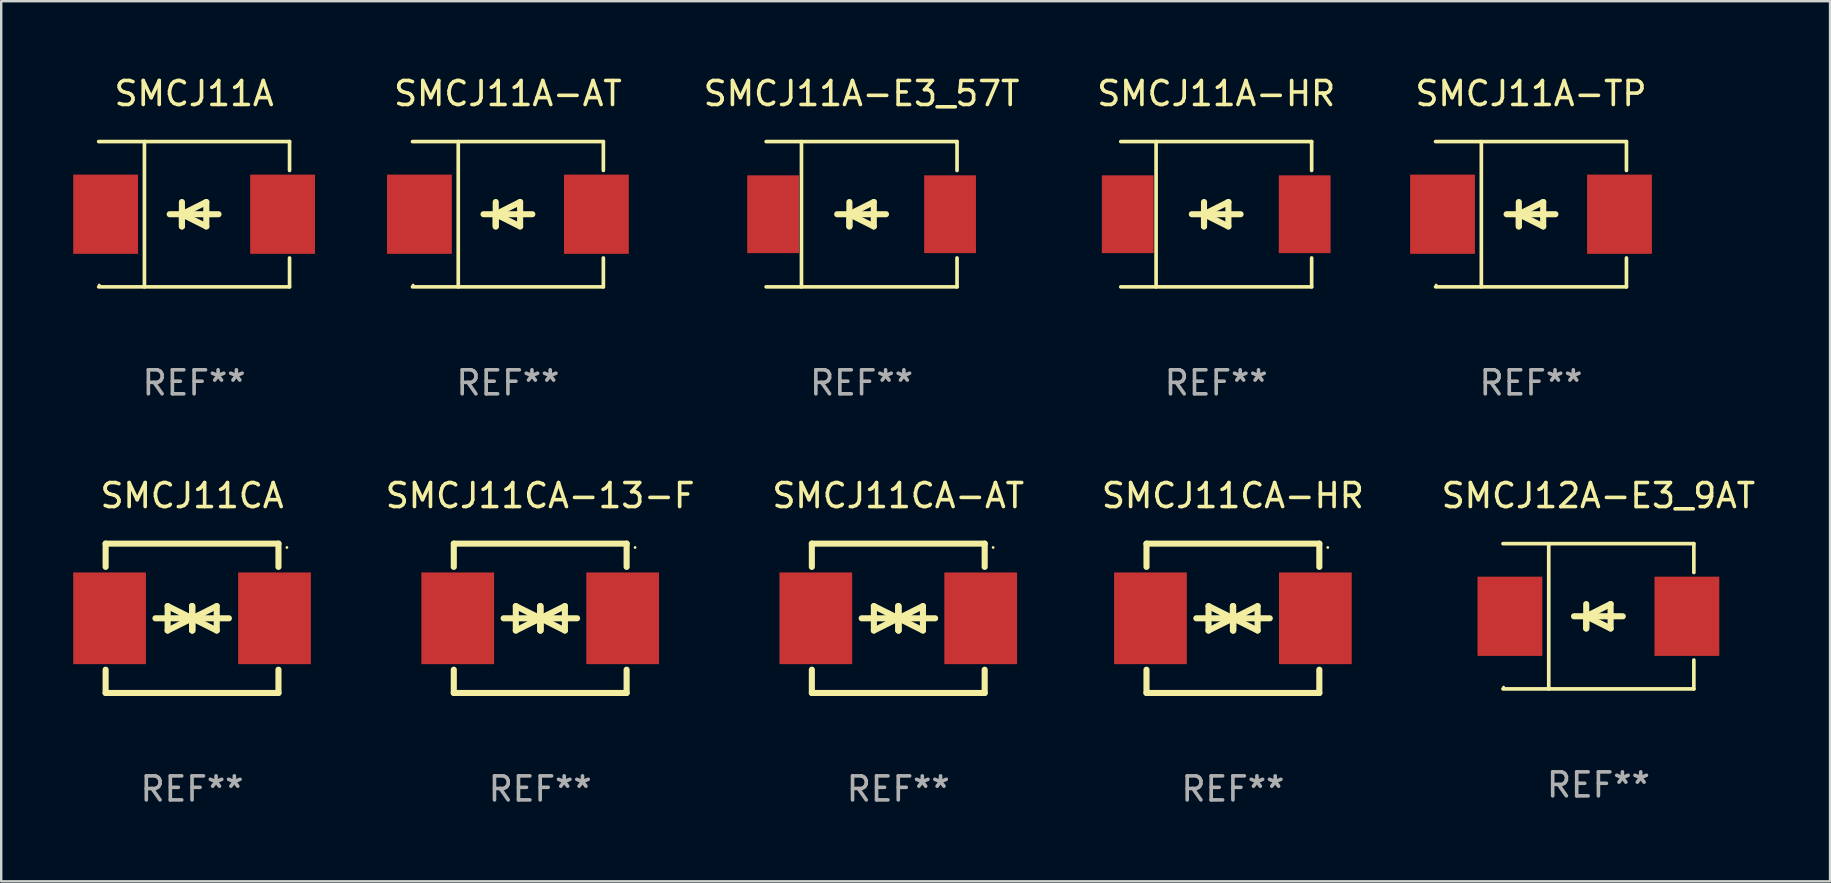
<source format=kicad_pcb>
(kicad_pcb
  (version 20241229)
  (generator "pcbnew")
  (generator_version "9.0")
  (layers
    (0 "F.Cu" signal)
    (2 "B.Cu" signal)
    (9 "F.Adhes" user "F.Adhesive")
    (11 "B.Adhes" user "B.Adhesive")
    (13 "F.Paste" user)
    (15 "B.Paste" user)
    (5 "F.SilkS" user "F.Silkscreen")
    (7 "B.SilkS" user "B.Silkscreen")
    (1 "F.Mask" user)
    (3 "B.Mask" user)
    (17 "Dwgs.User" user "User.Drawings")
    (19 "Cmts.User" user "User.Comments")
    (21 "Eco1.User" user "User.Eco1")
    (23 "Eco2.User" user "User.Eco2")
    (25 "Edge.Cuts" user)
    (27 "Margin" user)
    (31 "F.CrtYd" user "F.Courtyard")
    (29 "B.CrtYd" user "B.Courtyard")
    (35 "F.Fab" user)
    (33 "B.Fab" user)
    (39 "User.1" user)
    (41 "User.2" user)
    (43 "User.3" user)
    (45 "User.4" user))
  (footprint "SMCJ11CA"
    (layer "F.Cu")
    (at 4.95 22.707)
    (property "Reference" "SMCJ11CA" (at 0 -5.11 0) (layer "F.SilkS") (effects (font (size 1 1) (thickness 0.15))))
    (attr through_hole)
    (fp_line (start -3.6 -2.141) (end -3.6 -3.11) (stroke (width 0.254) (type solid)) (layer "F.SilkS"))
    (fp_line (start -3.6 3.11) (end -3.6 2.141) (stroke (width 0.254) (type solid)) (layer "F.SilkS"))
    (fp_line (start -1.524 0) (end 0.508 0) (stroke (width 0.254) (type solid)) (layer "F.SilkS"))
    (fp_line (start -1.016 -0.508) (end -1.016 0.508) (stroke (width 0.254) (type solid)) (layer "F.SilkS"))
    (fp_line (start -1.016 0.508) (end 0 0) (stroke (width 0.254) (type solid)) (layer "F.SilkS"))
    (fp_line (start 0 -0.508) (end 0 0.508) (stroke (width 0.254) (type solid)) (layer "F.SilkS"))
    (fp_line (start 0 0) (end -1.016 -0.508) (stroke (width 0.254) (type solid)) (layer "F.SilkS"))
    (fp_line (start 0 0) (end 0 -0.508) (stroke (width 0.254) (type solid)) (layer "F.SilkS"))
    (fp_line (start 0.012 0) (end 0.012 0.508) (stroke (width 0.254) (type solid)) (layer "F.SilkS"))
    (fp_line (start 0.012 0) (end 1.028 0.508) (stroke (width 0.254) (type solid)) (layer "F.SilkS"))
    (fp_line (start 0.012 0.508) (end 0.012 -0.508) (stroke (width 0.254) (type solid)) (layer "F.SilkS"))
    (fp_line (start 1.028 -0.508) (end 0.012 0) (stroke (width 0.254) (type solid)) (layer "F.SilkS"))
    (fp_line (start 1.028 0.508) (end 1.028 -0.508) (stroke (width 0.254) (type solid)) (layer "F.SilkS"))
    (fp_line (start 1.536 0) (end -0.496 0) (stroke (width 0.254) (type solid)) (layer "F.SilkS"))
    (fp_line (start 3.6 -3.11) (end -3.6 -3.11) (stroke (width 0.254) (type solid)) (layer "F.SilkS"))
    (fp_line (start 3.6 -2.141) (end 3.6 -3.11) (stroke (width 0.254) (type solid)) (layer "F.SilkS"))
    (fp_line (start 3.6 3.11) (end -3.6 3.11) (stroke (width 0.254) (type solid)) (layer "F.SilkS"))
    (fp_line (start 3.6 3.11) (end 3.6 2.141) (stroke (width 0.254) (type solid)) (layer "F.SilkS"))
    (fp_circle (center 3.952 -2.95) (end 3.982 -2.95) (stroke (width 0.06) (type solid)) (fill no) (layer "F.SilkS"))
    (fp_text user "REF**" (at 0 7.11 0) (layer "F.Fab") (effects (font (size 1 1) (thickness 0.15))))
    (pad "1" smd rect (at 3.435 0) (size 3.03 3.82) (layers "F.Cu" "F.Mask" "F.Paste"))
    (pad "2" smd rect (at -3.435 0) (size 3.03 3.82) (layers "F.Cu" "F.Mask" "F.Paste")))
  (footprint "SMCJ11A-TP"
    (layer "F.Cu")
    (at 60.729 5.874)
    (property "Reference" "SMCJ11A-TP" (at 0 -5.026 0) (layer "F.SilkS") (effects (font (size 1 1) (thickness 0.15))))
    (attr through_hole)
    (fp_line (start -3.976 -3.026) (end 3.976 -3.026) (stroke (width 0.152) (type solid)) (layer "F.SilkS"))
    (fp_line (start -3.976 3.026) (end 3.976 3.026) (stroke (width 0.152) (type solid)) (layer "F.SilkS"))
    (fp_line (start -2.069 -3.026) (end -2.069 3.026) (stroke (width 0.152) (type solid)) (layer "F.SilkS"))
    (fp_line (start -0.508 0) (end -0.508 0.508) (stroke (width 0.254) (type solid)) (layer "F.SilkS"))
    (fp_line (start -0.508 0) (end 0.508 0.508) (stroke (width 0.254) (type solid)) (layer "F.SilkS"))
    (fp_line (start -0.508 0.508) (end -0.508 -0.508) (stroke (width 0.254) (type solid)) (layer "F.SilkS"))
    (fp_line (start 0.508 -0.508) (end -0.508 0) (stroke (width 0.254) (type solid)) (layer "F.SilkS"))
    (fp_line (start 0.508 0.508) (end 0.508 -0.508) (stroke (width 0.254) (type solid)) (layer "F.SilkS"))
    (fp_line (start 1.016 0) (end -1.016 0) (stroke (width 0.254) (type solid)) (layer "F.SilkS"))
    (fp_line (start 3.976 -3.026) (end 3.976 -1.823) (stroke (width 0.152) (type solid)) (layer "F.SilkS"))
    (fp_line (start 3.976 3.026) (end 3.976 1.823) (stroke (width 0.152) (type solid)) (layer "F.SilkS"))
    (fp_circle (center -3.95 2.95) (end -3.92 2.95) (stroke (width 0.06) (type solid)) (fill no) (layer "F.SilkS"))
    (fp_text user "REF**" (at 0 7.026 0) (layer "F.Fab") (effects (font (size 1 1) (thickness 0.15))))
    (pad "1" smd rect (at -3.686 0) (size 2.7 3.3) (layers "F.Cu" "F.Mask" "F.Paste"))
    (pad "2" smd rect (at 3.686 0) (size 2.7 3.3) (layers "F.Cu" "F.Mask" "F.Paste")))
  (footprint "SMCJ11A-HR"
    (layer "F.Cu")
    (at 47.615 5.874)
    (property "Reference" "SMCJ11A-HR" (at 0 -5.026 0) (layer "F.SilkS") (effects (font (size 1 1) (thickness 0.15))))
    (attr through_hole)
    (fp_line (start -3.976 -3.026) (end 3.976 -3.026) (stroke (width 0.152) (type solid)) (layer "F.SilkS"))
    (fp_line (start -3.976 3.026) (end 3.976 3.026) (stroke (width 0.152) (type solid)) (layer "F.SilkS"))
    (fp_line (start -2.504 -3.026) (end -2.504 3.026) (stroke (width 0.152) (type solid)) (layer "F.SilkS"))
    (fp_line (start -0.508 0) (end -0.508 0.508) (stroke (width 0.254) (type solid)) (layer "F.SilkS"))
    (fp_line (start -0.508 0) (end 0.508 0.508) (stroke (width 0.254) (type solid)) (layer "F.SilkS"))
    (fp_line (start -0.508 0.508) (end -0.508 -0.508) (stroke (width 0.254) (type solid)) (layer "F.SilkS"))
    (fp_line (start 0.508 -0.508) (end -0.508 0) (stroke (width 0.254) (type solid)) (layer "F.SilkS"))
    (fp_line (start 0.508 0.508) (end 0.508 -0.508) (stroke (width 0.254) (type solid)) (layer "F.SilkS"))
    (fp_line (start 1.016 0) (end -1.016 0) (stroke (width 0.254) (type solid)) (layer "F.SilkS"))
    (fp_line (start 3.976 -3.026) (end 3.976 -1.823) (stroke (width 0.152) (type solid)) (layer "F.SilkS"))
    (fp_line (start 3.976 3.026) (end 3.976 1.823) (stroke (width 0.152) (type solid)) (layer "F.SilkS"))
    (fp_circle (center 3.95 -2.95) (end 3.98 -2.95) (stroke (width 0.06) (type solid)) (fill no) (layer "F.SilkS"))
    (fp_text user "REF**" (at 0 7.026 0) (layer "F.Fab") (effects (font (size 1 1) (thickness 0.15))))
    (pad "1" smd rect (at 3.686 0 180) (size 2.158 3.24) (layers "F.Cu" "F.Mask" "F.Paste"))
    (pad "2" smd rect (at -3.686 0 180) (size 2.158 3.24) (layers "F.Cu" "F.Mask" "F.Paste")))
  (footprint "SMCJ12A-E3_9AT"
    (layer "F.Cu")
    (at 63.537 22.623)
    (property "Reference" "SMCJ12A-E3_9AT" (at 0 -5.026 0) (layer "F.SilkS") (effects (font (size 1 1) (thickness 0.15))))
    (attr through_hole)
    (fp_line (start -3.976 -3.026) (end 3.976 -3.026) (stroke (width 0.152) (type solid)) (layer "F.SilkS"))
    (fp_line (start -3.976 3.026) (end 3.976 3.026) (stroke (width 0.152) (type solid)) (layer "F.SilkS"))
    (fp_line (start -2.069 -3.026) (end -2.069 3.026) (stroke (width 0.152) (type solid)) (layer "F.SilkS"))
    (fp_line (start -0.508 0) (end -0.508 0.508) (stroke (width 0.254) (type solid)) (layer "F.SilkS"))
    (fp_line (start -0.508 0) (end 0.508 0.508) (stroke (width 0.254) (type solid)) (layer "F.SilkS"))
    (fp_line (start -0.508 0.508) (end -0.508 -0.508) (stroke (width 0.254) (type solid)) (layer "F.SilkS"))
    (fp_line (start 0.508 -0.508) (end -0.508 0) (stroke (width 0.254) (type solid)) (layer "F.SilkS"))
    (fp_line (start 0.508 0.508) (end 0.508 -0.508) (stroke (width 0.254) (type solid)) (layer "F.SilkS"))
    (fp_line (start 1.016 0) (end -1.016 0) (stroke (width 0.254) (type solid)) (layer "F.SilkS"))
    (fp_line (start 3.976 -3.026) (end 3.976 -1.823) (stroke (width 0.152) (type solid)) (layer "F.SilkS"))
    (fp_line (start 3.976 3.026) (end 3.976 1.823) (stroke (width 0.152) (type solid)) (layer "F.SilkS"))
    (fp_circle (center -3.95 2.95) (end -3.92 2.95) (stroke (width 0.06) (type solid)) (fill no) (layer "F.SilkS"))
    (fp_text user "REF**" (at 0 7.026 0) (layer "F.Fab") (effects (font (size 1 1) (thickness 0.15))))
    (pad "1" smd rect (at -3.686 0) (size 2.7 3.3) (layers "F.Cu" "F.Mask" "F.Paste"))
    (pad "2" smd rect (at 3.686 0) (size 2.7 3.3) (layers "F.Cu" "F.Mask" "F.Paste")))
  (footprint "SMCJ11CA-AT"
    (layer "F.Cu")
    (at 34.37 22.707)
    (property "Reference" "SMCJ11CA-AT" (at 0 -5.11 0) (layer "F.SilkS") (effects (font (size 1 1) (thickness 0.15))))
    (attr through_hole)
    (fp_line (start -3.6 -2.141) (end -3.6 -3.11) (stroke (width 0.254) (type solid)) (layer "F.SilkS"))
    (fp_line (start -3.6 3.11) (end -3.6 2.141) (stroke (width 0.254) (type solid)) (layer "F.SilkS"))
    (fp_line (start -1.524 0) (end 0.508 0) (stroke (width 0.254) (type solid)) (layer "F.SilkS"))
    (fp_line (start -1.016 -0.508) (end -1.016 0.508) (stroke (width 0.254) (type solid)) (layer "F.SilkS"))
    (fp_line (start -1.016 0.508) (end 0 0) (stroke (width 0.254) (type solid)) (layer "F.SilkS"))
    (fp_line (start 0 -0.508) (end 0 0.508) (stroke (width 0.254) (type solid)) (layer "F.SilkS"))
    (fp_line (start 0 0) (end -1.016 -0.508) (stroke (width 0.254) (type solid)) (layer "F.SilkS"))
    (fp_line (start 0 0) (end 0 -0.508) (stroke (width 0.254) (type solid)) (layer "F.SilkS"))
    (fp_line (start 0.012 0) (end 0.012 0.508) (stroke (width 0.254) (type solid)) (layer "F.SilkS"))
    (fp_line (start 0.012 0) (end 1.028 0.508) (stroke (width 0.254) (type solid)) (layer "F.SilkS"))
    (fp_line (start 0.012 0.508) (end 0.012 -0.508) (stroke (width 0.254) (type solid)) (layer "F.SilkS"))
    (fp_line (start 1.028 -0.508) (end 0.012 0) (stroke (width 0.254) (type solid)) (layer "F.SilkS"))
    (fp_line (start 1.028 0.508) (end 1.028 -0.508) (stroke (width 0.254) (type solid)) (layer "F.SilkS"))
    (fp_line (start 1.536 0) (end -0.496 0) (stroke (width 0.254) (type solid)) (layer "F.SilkS"))
    (fp_line (start 3.6 -3.11) (end -3.6 -3.11) (stroke (width 0.254) (type solid)) (layer "F.SilkS"))
    (fp_line (start 3.6 -2.141) (end 3.6 -3.11) (stroke (width 0.254) (type solid)) (layer "F.SilkS"))
    (fp_line (start 3.6 3.11) (end -3.6 3.11) (stroke (width 0.254) (type solid)) (layer "F.SilkS"))
    (fp_line (start 3.6 3.11) (end 3.6 2.141) (stroke (width 0.254) (type solid)) (layer "F.SilkS"))
    (fp_circle (center 3.952 -2.95) (end 3.982 -2.95) (stroke (width 0.06) (type solid)) (fill no) (layer "F.SilkS"))
    (fp_text user "REF**" (at 0 7.11 0) (layer "F.Fab") (effects (font (size 1 1) (thickness 0.15))))
    (pad "1" smd rect (at 3.435 0) (size 3.03 3.82) (layers "F.Cu" "F.Mask" "F.Paste"))
    (pad "2" smd rect (at -3.435 0) (size 3.03 3.82) (layers "F.Cu" "F.Mask" "F.Paste")))
  (footprint "SMCJ11A-E3_57T"
    (layer "F.Cu")
    (at 32.842 5.874)
    (property "Reference" "SMCJ11A-E3_57T" (at 0 -5.026 0) (layer "F.SilkS") (effects (font (size 1 1) (thickness 0.15))))
    (attr through_hole)
    (fp_line (start -3.976 -3.026) (end 3.976 -3.026) (stroke (width 0.152) (type solid)) (layer "F.SilkS"))
    (fp_line (start -3.976 3.026) (end 3.976 3.026) (stroke (width 0.152) (type solid)) (layer "F.SilkS"))
    (fp_line (start -2.504 -3.026) (end -2.504 3.026) (stroke (width 0.152) (type solid)) (layer "F.SilkS"))
    (fp_line (start -0.508 0) (end -0.508 0.508) (stroke (width 0.254) (type solid)) (layer "F.SilkS"))
    (fp_line (start -0.508 0) (end 0.508 0.508) (stroke (width 0.254) (type solid)) (layer "F.SilkS"))
    (fp_line (start -0.508 0.508) (end -0.508 -0.508) (stroke (width 0.254) (type solid)) (layer "F.SilkS"))
    (fp_line (start 0.508 -0.508) (end -0.508 0) (stroke (width 0.254) (type solid)) (layer "F.SilkS"))
    (fp_line (start 0.508 0.508) (end 0.508 -0.508) (stroke (width 0.254) (type solid)) (layer "F.SilkS"))
    (fp_line (start 1.016 0) (end -1.016 0) (stroke (width 0.254) (type solid)) (layer "F.SilkS"))
    (fp_line (start 3.976 -3.026) (end 3.976 -1.823) (stroke (width 0.152) (type solid)) (layer "F.SilkS"))
    (fp_line (start 3.976 3.026) (end 3.976 1.823) (stroke (width 0.152) (type solid)) (layer "F.SilkS"))
    (fp_circle (center 3.95 -2.95) (end 3.98 -2.95) (stroke (width 0.06) (type solid)) (fill no) (layer "F.SilkS"))
    (fp_text user "REF**" (at 0 7.026 0) (layer "F.Fab") (effects (font (size 1 1) (thickness 0.15))))
    (pad "1" smd rect (at 3.686 0 180) (size 2.158 3.24) (layers "F.Cu" "F.Mask" "F.Paste"))
    (pad "2" smd rect (at -3.686 0 180) (size 2.158 3.24) (layers "F.Cu" "F.Mask" "F.Paste")))
  (footprint "SMCJ11CA-HR"
    (layer "F.Cu")
    (at 48.311 22.707)
    (property "Reference" "SMCJ11CA-HR" (at 0 -5.11 0) (layer "F.SilkS") (effects (font (size 1 1) (thickness 0.15))))
    (attr through_hole)
    (fp_line (start -3.6 -2.141) (end -3.6 -3.11) (stroke (width 0.254) (type solid)) (layer "F.SilkS"))
    (fp_line (start -3.6 3.11) (end -3.6 2.141) (stroke (width 0.254) (type solid)) (layer "F.SilkS"))
    (fp_line (start -1.524 0) (end 0.508 0) (stroke (width 0.254) (type solid)) (layer "F.SilkS"))
    (fp_line (start -1.016 -0.508) (end -1.016 0.508) (stroke (width 0.254) (type solid)) (layer "F.SilkS"))
    (fp_line (start -1.016 0.508) (end 0 0) (stroke (width 0.254) (type solid)) (layer "F.SilkS"))
    (fp_line (start 0 -0.508) (end 0 0.508) (stroke (width 0.254) (type solid)) (layer "F.SilkS"))
    (fp_line (start 0 0) (end -1.016 -0.508) (stroke (width 0.254) (type solid)) (layer "F.SilkS"))
    (fp_line (start 0 0) (end 0 -0.508) (stroke (width 0.254) (type solid)) (layer "F.SilkS"))
    (fp_line (start 0.012 0) (end 0.012 0.508) (stroke (width 0.254) (type solid)) (layer "F.SilkS"))
    (fp_line (start 0.012 0) (end 1.028 0.508) (stroke (width 0.254) (type solid)) (layer "F.SilkS"))
    (fp_line (start 0.012 0.508) (end 0.012 -0.508) (stroke (width 0.254) (type solid)) (layer "F.SilkS"))
    (fp_line (start 1.028 -0.508) (end 0.012 0) (stroke (width 0.254) (type solid)) (layer "F.SilkS"))
    (fp_line (start 1.028 0.508) (end 1.028 -0.508) (stroke (width 0.254) (type solid)) (layer "F.SilkS"))
    (fp_line (start 1.536 0) (end -0.496 0) (stroke (width 0.254) (type solid)) (layer "F.SilkS"))
    (fp_line (start 3.6 -3.11) (end -3.6 -3.11) (stroke (width 0.254) (type solid)) (layer "F.SilkS"))
    (fp_line (start 3.6 -2.141) (end 3.6 -3.11) (stroke (width 0.254) (type solid)) (layer "F.SilkS"))
    (fp_line (start 3.6 3.11) (end -3.6 3.11) (stroke (width 0.254) (type solid)) (layer "F.SilkS"))
    (fp_line (start 3.6 3.11) (end 3.6 2.141) (stroke (width 0.254) (type solid)) (layer "F.SilkS"))
    (fp_circle (center 3.952 -2.95) (end 3.982 -2.95) (stroke (width 0.06) (type solid)) (fill no) (layer "F.SilkS"))
    (fp_text user "REF**" (at 0 7.11 0) (layer "F.Fab") (effects (font (size 1 1) (thickness 0.15))))
    (pad "1" smd rect (at 3.435 0) (size 3.03 3.82) (layers "F.Cu" "F.Mask" "F.Paste"))
    (pad "2" smd rect (at -3.435 0) (size 3.03 3.82) (layers "F.Cu" "F.Mask" "F.Paste")))
  (footprint "SMCJ11A-AT"
    (layer "F.Cu")
    (at 18.109 5.874)
    (property "Reference" "SMCJ11A-AT" (at 0 -5.026 0) (layer "F.SilkS") (effects (font (size 1 1) (thickness 0.15))))
    (attr through_hole)
    (fp_line (start -3.976 -3.026) (end 3.976 -3.026) (stroke (width 0.152) (type solid)) (layer "F.SilkS"))
    (fp_line (start -3.976 3.026) (end 3.976 3.026) (stroke (width 0.152) (type solid)) (layer "F.SilkS"))
    (fp_line (start -2.069 -3.026) (end -2.069 3.026) (stroke (width 0.152) (type solid)) (layer "F.SilkS"))
    (fp_line (start -0.508 0) (end -0.508 0.508) (stroke (width 0.254) (type solid)) (layer "F.SilkS"))
    (fp_line (start -0.508 0) (end 0.508 0.508) (stroke (width 0.254) (type solid)) (layer "F.SilkS"))
    (fp_line (start -0.508 0.508) (end -0.508 -0.508) (stroke (width 0.254) (type solid)) (layer "F.SilkS"))
    (fp_line (start 0.508 -0.508) (end -0.508 0) (stroke (width 0.254) (type solid)) (layer "F.SilkS"))
    (fp_line (start 0.508 0.508) (end 0.508 -0.508) (stroke (width 0.254) (type solid)) (layer "F.SilkS"))
    (fp_line (start 1.016 0) (end -1.016 0) (stroke (width 0.254) (type solid)) (layer "F.SilkS"))
    (fp_line (start 3.976 -3.026) (end 3.976 -1.823) (stroke (width 0.152) (type solid)) (layer "F.SilkS"))
    (fp_line (start 3.976 3.026) (end 3.976 1.823) (stroke (width 0.152) (type solid)) (layer "F.SilkS"))
    (fp_circle (center -3.95 2.95) (end -3.92 2.95) (stroke (width 0.06) (type solid)) (fill no) (layer "F.SilkS"))
    (fp_text user "REF**" (at 0 7.026 0) (layer "F.Fab") (effects (font (size 1 1) (thickness 0.15))))
    (pad "1" smd rect (at -3.686 0) (size 2.7 3.3) (layers "F.Cu" "F.Mask" "F.Paste"))
    (pad "2" smd rect (at 3.686 0) (size 2.7 3.3) (layers "F.Cu" "F.Mask" "F.Paste")))
  (footprint "SMCJ11A"
    (layer "F.Cu")
    (at 5.036 5.874)
    (property "Reference" "SMCJ11A" (at 0 -5.026 0) (layer "F.SilkS") (effects (font (size 1 1) (thickness 0.15))))
    (attr through_hole)
    (fp_line (start -3.976 -3.026) (end 3.976 -3.026) (stroke (width 0.152) (type solid)) (layer "F.SilkS"))
    (fp_line (start -3.976 3.026) (end 3.976 3.026) (stroke (width 0.152) (type solid)) (layer "F.SilkS"))
    (fp_line (start -2.069 -3.026) (end -2.069 3.026) (stroke (width 0.152) (type solid)) (layer "F.SilkS"))
    (fp_line (start -0.508 0) (end -0.508 0.508) (stroke (width 0.254) (type solid)) (layer "F.SilkS"))
    (fp_line (start -0.508 0) (end 0.508 0.508) (stroke (width 0.254) (type solid)) (layer "F.SilkS"))
    (fp_line (start -0.508 0.508) (end -0.508 -0.508) (stroke (width 0.254) (type solid)) (layer "F.SilkS"))
    (fp_line (start 0.508 -0.508) (end -0.508 0) (stroke (width 0.254) (type solid)) (layer "F.SilkS"))
    (fp_line (start 0.508 0.508) (end 0.508 -0.508) (stroke (width 0.254) (type solid)) (layer "F.SilkS"))
    (fp_line (start 1.016 0) (end -1.016 0) (stroke (width 0.254) (type solid)) (layer "F.SilkS"))
    (fp_line (start 3.976 -3.026) (end 3.976 -1.823) (stroke (width 0.152) (type solid)) (layer "F.SilkS"))
    (fp_line (start 3.976 3.026) (end 3.976 1.823) (stroke (width 0.152) (type solid)) (layer "F.SilkS"))
    (fp_circle (center -3.95 2.95) (end -3.92 2.95) (stroke (width 0.06) (type solid)) (fill no) (layer "F.SilkS"))
    (fp_text user "REF**" (at 0 7.026 0) (layer "F.Fab") (effects (font (size 1 1) (thickness 0.15))))
    (pad "1" smd rect (at -3.686 0) (size 2.7 3.3) (layers "F.Cu" "F.Mask" "F.Paste"))
    (pad "2" smd rect (at 3.686 0) (size 2.7 3.3) (layers "F.Cu" "F.Mask" "F.Paste")))
  (footprint "SMCJ11CA-13-F"
    (layer "F.Cu")
    (at 19.454 22.707)
    (property "Reference" "SMCJ11CA-13-F" (at 0 -5.11 0) (layer "F.SilkS") (effects (font (size 1 1) (thickness 0.15))))
    (attr through_hole)
    (fp_line (start -3.6 -2.141) (end -3.6 -3.11) (stroke (width 0.254) (type solid)) (layer "F.SilkS"))
    (fp_line (start -3.6 3.11) (end -3.6 2.141) (stroke (width 0.254) (type solid)) (layer "F.SilkS"))
    (fp_line (start -1.524 0) (end 0.508 0) (stroke (width 0.254) (type solid)) (layer "F.SilkS"))
    (fp_line (start -1.016 -0.508) (end -1.016 0.508) (stroke (width 0.254) (type solid)) (layer "F.SilkS"))
    (fp_line (start -1.016 0.508) (end 0 0) (stroke (width 0.254) (type solid)) (layer "F.SilkS"))
    (fp_line (start 0 -0.508) (end 0 0.508) (stroke (width 0.254) (type solid)) (layer "F.SilkS"))
    (fp_line (start 0 0) (end -1.016 -0.508) (stroke (width 0.254) (type solid)) (layer "F.SilkS"))
    (fp_line (start 0 0) (end 0 -0.508) (stroke (width 0.254) (type solid)) (layer "F.SilkS"))
    (fp_line (start 0.012 0) (end 0.012 0.508) (stroke (width 0.254) (type solid)) (layer "F.SilkS"))
    (fp_line (start 0.012 0) (end 1.028 0.508) (stroke (width 0.254) (type solid)) (layer "F.SilkS"))
    (fp_line (start 0.012 0.508) (end 0.012 -0.508) (stroke (width 0.254) (type solid)) (layer "F.SilkS"))
    (fp_line (start 1.028 -0.508) (end 0.012 0) (stroke (width 0.254) (type solid)) (layer "F.SilkS"))
    (fp_line (start 1.028 0.508) (end 1.028 -0.508) (stroke (width 0.254) (type solid)) (layer "F.SilkS"))
    (fp_line (start 1.536 0) (end -0.496 0) (stroke (width 0.254) (type solid)) (layer "F.SilkS"))
    (fp_line (start 3.6 -3.11) (end -3.6 -3.11) (stroke (width 0.254) (type solid)) (layer "F.SilkS"))
    (fp_line (start 3.6 -2.141) (end 3.6 -3.11) (stroke (width 0.254) (type solid)) (layer "F.SilkS"))
    (fp_line (start 3.6 3.11) (end -3.6 3.11) (stroke (width 0.254) (type solid)) (layer "F.SilkS"))
    (fp_line (start 3.6 3.11) (end 3.6 2.141) (stroke (width 0.254) (type solid)) (layer "F.SilkS"))
    (fp_circle (center 3.952 -2.95) (end 3.982 -2.95) (stroke (width 0.06) (type solid)) (fill no) (layer "F.SilkS"))
    (fp_text user "REF**" (at 0 7.11 0) (layer "F.Fab") (effects (font (size 1 1) (thickness 0.15))))
    (pad "1" smd rect (at 3.435 0) (size 3.03 3.82) (layers "F.Cu" "F.Mask" "F.Paste"))
    (pad "2" smd rect (at -3.435 0) (size 3.03 3.82) (layers "F.Cu" "F.Mask" "F.Paste")))
  (gr_rect
    (start -3 -3)
    (end 73.186 33.665)
    (stroke (width 0.1) (type default))
    (fill no)
    (layer "Edge.Cuts")))
</source>
